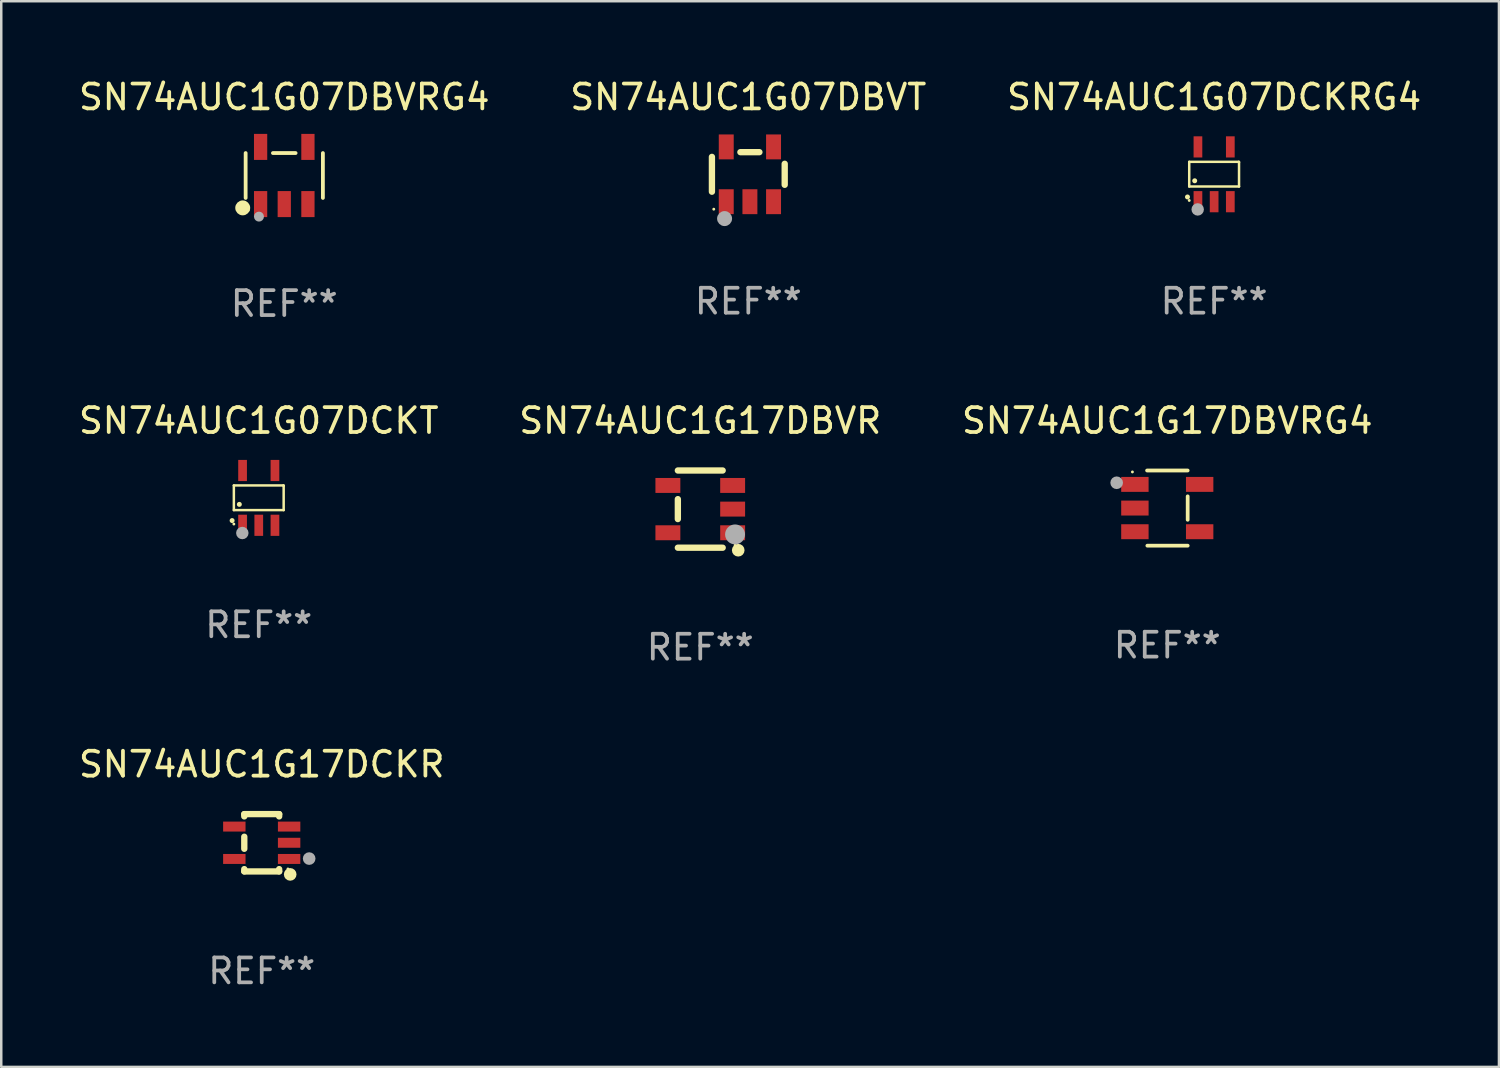
<source format=kicad_pcb>
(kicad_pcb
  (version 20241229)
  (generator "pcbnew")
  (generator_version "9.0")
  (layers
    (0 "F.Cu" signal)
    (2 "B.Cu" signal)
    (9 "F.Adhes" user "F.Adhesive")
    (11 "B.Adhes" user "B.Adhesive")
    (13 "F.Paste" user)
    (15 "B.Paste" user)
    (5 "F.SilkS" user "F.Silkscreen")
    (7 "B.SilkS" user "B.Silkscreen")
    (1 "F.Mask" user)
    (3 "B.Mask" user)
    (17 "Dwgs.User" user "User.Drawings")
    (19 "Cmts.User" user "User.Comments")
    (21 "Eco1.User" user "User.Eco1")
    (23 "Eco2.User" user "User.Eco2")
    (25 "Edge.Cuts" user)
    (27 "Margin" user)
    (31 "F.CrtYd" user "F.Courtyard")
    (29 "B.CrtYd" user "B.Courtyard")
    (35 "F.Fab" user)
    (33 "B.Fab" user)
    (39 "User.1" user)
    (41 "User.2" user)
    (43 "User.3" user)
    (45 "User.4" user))
  (footprint "SN74AUC1G07DBVRG4"
    (layer "F.Cu")
    (at 8.363 3.996)
    (property "Reference" "SN74AUC1G07DBVRG4" (at 0 -3.148 0) (layer "F.SilkS") (effects (font (size 1 1) (thickness 0.15))))
    (attr through_hole)
    (fp_line (start -1.551 0.901) (end -1.551 -0.901) (stroke (width 0.152) (type solid)) (layer "F.SilkS"))
    (fp_line (start 0.455 -0.901) (end -0.455 -0.901) (stroke (width 0.152) (type solid)) (layer "F.SilkS"))
    (fp_line (start 1.551 0.901) (end 1.551 -0.901) (stroke (width 0.152) (type solid)) (layer "F.SilkS"))
    (fp_circle (center -1.668 1.3) (end -1.518 1.3) (stroke (width 0.3) (type solid)) (fill no) (layer "F.SilkS"))
    (fp_circle (center -1.45 1.4) (end -1.42 1.4) (stroke (width 0.06) (type solid)) (fill no) (layer "F.SilkS"))
    (fp_circle (center -1.016 1.651) (end -0.916 1.651) (stroke (width 0.2) (type solid)) (fill no) (layer "F.Fab"))
    (fp_text user "REF**" (at 0 5.148 0) (layer "F.Fab") (effects (font (size 1 1) (thickness 0.15))))
    (pad "1" smd rect (at -0.95 1.148) (size 0.532 1.045) (layers "F.Cu" "F.Mask" "F.Paste"))
    (pad "2" smd rect (at 0 1.148) (size 0.532 1.045) (layers "F.Cu" "F.Mask" "F.Paste"))
    (pad "3" smd rect (at 0.95 1.148) (size 0.532 1.045) (layers "F.Cu" "F.Mask" "F.Paste"))
    (pad "4" smd rect (at 0.95 -1.148) (size 0.532 1.045) (layers "F.Cu" "F.Mask" "F.Paste"))
    (pad "5" smd rect (at -0.95 -1.148) (size 0.532 1.045) (layers "F.Cu" "F.Mask" "F.Paste")))
  (footprint "SN74AUC1G17DBVRG4"
    (layer "F.Cu")
    (at 43.815 17.349)
    (property "Reference" "SN74AUC1G17DBVRG4" (at 0 -3.509 0) (layer "F.SilkS") (effects (font (size 1 1) (thickness 0.15))))
    (attr through_hole)
    (fp_line (start -0.811 -1.509) (end 0.819 -1.509) (stroke (width 0.15) (type solid)) (layer "F.SilkS"))
    (fp_line (start -0.8 1.509) (end 0.82 1.509) (stroke (width 0.15) (type solid)) (layer "F.SilkS"))
    (fp_line (start 0.819 -0.472) (end 0.819 0.47) (stroke (width 0.15) (type solid)) (layer "F.SilkS"))
    (fp_circle (center -1.4 -1.451) (end -1.37 -1.451) (stroke (width 0.06) (type solid)) (fill no) (layer "F.SilkS"))
    (fp_circle (center -2.032 -1.017) (end -1.905 -1.017) (stroke (width 0.254) (type solid)) (fill no) (layer "F.Fab"))
    (fp_text user "REF**" (at 0 5.509 0) (layer "F.Fab") (effects (font (size 1 1) (thickness 0.15))))
    (pad "1" smd rect (at -1.3 -0.951) (size 1.1 0.6) (layers "F.Cu" "F.Mask" "F.Paste"))
    (pad "2" smd rect (at -1.3 -0.001) (size 1.1 0.6) (layers "F.Cu" "F.Mask" "F.Paste"))
    (pad "3" smd rect (at -1.3 0.949) (size 1.1 0.6) (layers "F.Cu" "F.Mask" "F.Paste"))
    (pad "4" smd rect (at 1.3 0.949) (size 1.1 0.6) (layers "F.Cu" "F.Mask" "F.Paste"))
    (pad "5" smd rect (at 1.3 -0.951) (size 1.1 0.6) (layers "F.Cu" "F.Mask" "F.Paste")))
  (footprint "SN74AUC1G07DCKRG4"
    (layer "F.Cu")
    (at 45.696 3.948)
    (property "Reference" "SN74AUC1G07DCKRG4" (at 0 -3.1 0) (layer "F.SilkS") (effects (font (size 1 1) (thickness 0.15))))
    (attr through_hole)
    (fp_line (start -1 -0.5) (end -1 0.49) (stroke (width 0.1) (type solid)) (layer "F.SilkS"))
    (fp_line (start -1 0.49) (end 1 0.49) (stroke (width 0.1) (type solid)) (layer "F.SilkS"))
    (fp_line (start 0.99 -0.5) (end -1 -0.5) (stroke (width 0.1) (type solid)) (layer "F.SilkS"))
    (fp_line (start 1 -0.49) (end 0.99 -0.5) (stroke (width 0.1) (type solid)) (layer "F.SilkS"))
    (fp_line (start 1 0.49) (end 1 -0.49) (stroke (width 0.1) (type solid)) (layer "F.SilkS"))
    (fp_circle (center -1.07 0.91) (end -1.02 0.91) (stroke (width 0.1) (type solid)) (fill no) (layer "F.SilkS"))
    (fp_circle (center -1 1.05) (end -0.97 1.05) (stroke (width 0.06) (type solid)) (fill no) (layer "F.SilkS"))
    (fp_circle (center -0.78 0.26) (end -0.73 0.26) (stroke (width 0.1) (type solid)) (fill no) (layer "F.SilkS"))
    (fp_circle (center -0.66 1.41) (end -0.535 1.41) (stroke (width 0.25) (type solid)) (fill no) (layer "F.Fab"))
    (fp_text user "REF**" (at 0 5.1 0) (layer "F.Fab") (effects (font (size 1 1) (thickness 0.15))))
    (pad "1" smd rect (at -0.65 1.1) (size 0.35 0.85) (layers "F.Cu" "F.Mask" "F.Paste"))
    (pad "2" smd rect (at 0.000051 1.1) (size 0.35 0.85) (layers "F.Cu" "F.Mask" "F.Paste"))
    (pad "3" smd rect (at 0.65 1.1) (size 0.35 0.85) (layers "F.Cu" "F.Mask" "F.Paste"))
    (pad "4" smd rect (at 0.65 -1.1) (size 0.35 0.85) (layers "F.Cu" "F.Mask" "F.Paste"))
    (pad "5" smd rect (at -0.65 -1.1) (size 0.35 0.85) (layers "F.Cu" "F.Mask" "F.Paste")))
  (footprint "SN74AUC1G17DBVR"
    (layer "F.Cu")
    (at 25.065 17.39)
    (property "Reference" "SN74AUC1G17DBVR" (at 0 -3.55 0) (layer "F.SilkS") (effects (font (size 1 1) (thickness 0.15))))
    (attr through_hole)
    (fp_line (start -0.9 -1.55) (end 0.9 -1.55) (stroke (width 0.254) (type solid)) (layer "F.SilkS"))
    (fp_line (start -0.9 0.4) (end -0.9 -0.4) (stroke (width 0.254) (type solid)) (layer "F.SilkS"))
    (fp_line (start -0.9 1.55) (end 0.9 1.55) (stroke (width 0.254) (type solid)) (layer "F.SilkS"))
    (fp_circle (center 1.4 1.45) (end 1.43 1.45) (stroke (width 0.06) (type solid)) (fill no) (layer "F.SilkS"))
    (fp_circle (center 1.524 1.651) (end 1.651 1.651) (stroke (width 0.254) (type solid)) (fill no) (layer "F.SilkS"))
    (fp_circle (center 1.397 1.016) (end 1.597 1.016) (stroke (width 0.4) (type solid)) (fill no) (layer "F.Fab"))
    (fp_text user "REF**" (at 0 5.55 0) (layer "F.Fab") (effects (font (size 1 1) (thickness 0.15))))
    (pad "1" smd rect (at 1.3 0.95) (size 1 0.6) (layers "F.Cu" "F.Mask" "F.Paste"))
    (pad "2" smd rect (at 1.3 -0.000051) (size 1 0.6) (layers "F.Cu" "F.Mask" "F.Paste"))
    (pad "3" smd rect (at 1.3 -0.95) (size 1 0.6) (layers "F.Cu" "F.Mask" "F.Paste"))
    (pad "4" smd rect (at -1.3 -0.95) (size 1 0.6) (layers "F.Cu" "F.Mask" "F.Paste"))
    (pad "5" smd rect (at -1.3 0.95) (size 1 0.6) (layers "F.Cu" "F.Mask" "F.Paste")))
  (footprint "SN74AUC1G17DCKR"
    (layer "F.Cu")
    (at 7.458 30.786)
    (property "Reference" "SN74AUC1G17DCKR" (at 0 -3.15 0) (layer "F.SilkS") (effects (font (size 1 1) (thickness 0.15))))
    (attr through_hole)
    (fp_line (start -0.7 -1.15) (end 0.7 -1.15) (stroke (width 0.254) (type solid)) (layer "F.SilkS"))
    (fp_line (start -0.7 -1.058) (end -0.7 -1.15) (stroke (width 0.254) (type solid)) (layer "F.SilkS"))
    (fp_line (start -0.7 0.242) (end -0.7 -0.242) (stroke (width 0.254) (type solid)) (layer "F.SilkS"))
    (fp_line (start -0.7 1.15) (end -0.7 1.058) (stroke (width 0.254) (type solid)) (layer "F.SilkS"))
    (fp_line (start -0.7 1.15) (end 0.7 1.15) (stroke (width 0.254) (type solid)) (layer "F.SilkS"))
    (fp_line (start 0.7 -1.058) (end 0.7 -1.15) (stroke (width 0.254) (type solid)) (layer "F.SilkS"))
    (fp_line (start 0.7 1.15) (end 0.7 1.058) (stroke (width 0.254) (type solid)) (layer "F.SilkS"))
    (fp_circle (center 1.053 1.052) (end 1.083 1.052) (stroke (width 0.06) (type solid)) (fill no) (layer "F.SilkS"))
    (fp_circle (center 1.143 1.27) (end 1.27 1.27) (stroke (width 0.254) (type solid)) (fill no) (layer "F.SilkS"))
    (fp_circle (center 1.905 0.635) (end 2.032 0.635) (stroke (width 0.254) (type solid)) (fill no) (layer "F.Fab"))
    (fp_text user "REF**" (at 0 5.15 0) (layer "F.Fab") (effects (font (size 1 1) (thickness 0.15))))
    (pad "1" smd rect (at 1.1 0.65 90) (size 0.4 0.9) (layers "F.Cu" "F.Mask" "F.Paste"))
    (pad "2" smd rect (at 1.1 0.000076 90) (size 0.4 0.9) (layers "F.Cu" "F.Mask" "F.Paste"))
    (pad "3" smd rect (at 1.1 -0.65 90) (size 0.4 0.9) (layers "F.Cu" "F.Mask" "F.Paste"))
    (pad "4" smd rect (at -1.1 -0.65 90) (size 0.4 0.9) (layers "F.Cu" "F.Mask" "F.Paste"))
    (pad "5" smd rect (at -1.1 0.65 90) (size 0.4 0.9) (layers "F.Cu" "F.Mask" "F.Paste")))
  (footprint "SN74AUC1G07DCKT"
    (layer "F.Cu")
    (at 7.339 16.94)
    (property "Reference" "SN74AUC1G07DCKT" (at 0 -3.1 0) (layer "F.SilkS") (effects (font (size 1 1) (thickness 0.15))))
    (attr through_hole)
    (fp_line (start -1 -0.5) (end -1 0.49) (stroke (width 0.1) (type solid)) (layer "F.SilkS"))
    (fp_line (start -1 0.49) (end 1 0.49) (stroke (width 0.1) (type solid)) (layer "F.SilkS"))
    (fp_line (start 0.99 -0.5) (end -1 -0.5) (stroke (width 0.1) (type solid)) (layer "F.SilkS"))
    (fp_line (start 1 -0.49) (end 0.99 -0.5) (stroke (width 0.1) (type solid)) (layer "F.SilkS"))
    (fp_line (start 1 0.49) (end 1 -0.49) (stroke (width 0.1) (type solid)) (layer "F.SilkS"))
    (fp_circle (center -1.07 0.91) (end -1.02 0.91) (stroke (width 0.1) (type solid)) (fill no) (layer "F.SilkS"))
    (fp_circle (center -1 1.05) (end -0.97 1.05) (stroke (width 0.06) (type solid)) (fill no) (layer "F.SilkS"))
    (fp_circle (center -0.78 0.26) (end -0.73 0.26) (stroke (width 0.1) (type solid)) (fill no) (layer "F.SilkS"))
    (fp_circle (center -0.66 1.41) (end -0.535 1.41) (stroke (width 0.25) (type solid)) (fill no) (layer "F.Fab"))
    (fp_text user "REF**" (at 0 5.1 0) (layer "F.Fab") (effects (font (size 1 1) (thickness 0.15))))
    (pad "1" smd rect (at -0.65 1.1) (size 0.35 0.85) (layers "F.Cu" "F.Mask" "F.Paste"))
    (pad "2" smd rect (at 0.000051 1.1) (size 0.35 0.85) (layers "F.Cu" "F.Mask" "F.Paste"))
    (pad "3" smd rect (at 0.65 1.1) (size 0.35 0.85) (layers "F.Cu" "F.Mask" "F.Paste"))
    (pad "4" smd rect (at 0.65 -1.1) (size 0.35 0.85) (layers "F.Cu" "F.Mask" "F.Paste"))
    (pad "5" smd rect (at -0.65 -1.1) (size 0.35 0.85) (layers "F.Cu" "F.Mask" "F.Paste")))
  (footprint "SN74AUC1G07DBVT"
    (layer "F.Cu")
    (at 26.994 3.948)
    (property "Reference" "SN74AUC1G07DBVT" (at 0 -3.1 0) (layer "F.SilkS") (effects (font (size 1 1) (thickness 0.15))))
    (attr through_hole)
    (fp_line (start -1.461 -0.699) (end -1.461 0.699) (stroke (width 0.254) (type solid)) (layer "F.SilkS"))
    (fp_line (start -0.318 -0.889) (end 0.445 -0.889) (stroke (width 0.254) (type solid)) (layer "F.SilkS"))
    (fp_line (start 1.461 -0.422) (end 1.461 0.422) (stroke (width 0.254) (type solid)) (layer "F.SilkS"))
    (fp_circle (center -1.387 1.4) (end -1.357 1.4) (stroke (width 0.06) (type solid)) (fill no) (layer "F.SilkS"))
    (fp_circle (center -0.953 1.778) (end -0.802 1.778) (stroke (width 0.3) (type solid)) (fill no) (layer "F.Fab"))
    (fp_text user "REF**" (at 0 5.1 0) (layer "F.Fab") (effects (font (size 1 1) (thickness 0.15))))
    (pad "1" smd rect (at -0.886 1.1) (size 0.6 1) (layers "F.Cu" "F.Mask" "F.Paste"))
    (pad "2" smd rect (at 0.064 1.1) (size 0.6 1) (layers "F.Cu" "F.Mask" "F.Paste"))
    (pad "3" smd rect (at 1.013 1.1) (size 0.6 1) (layers "F.Cu" "F.Mask" "F.Paste"))
    (pad "4" smd rect (at 1.013 -1.1) (size 0.6 1) (layers "F.Cu" "F.Mask" "F.Paste"))
    (pad "5" smd rect (at -0.886 -1.1) (size 0.6 1) (layers "F.Cu" "F.Mask" "F.Paste")))
  (gr_rect
    (start -3 -3)
    (end 57.131 39.785)
    (stroke (width 0.1) (type default))
    (fill no)
    (layer "Edge.Cuts")))
</source>
